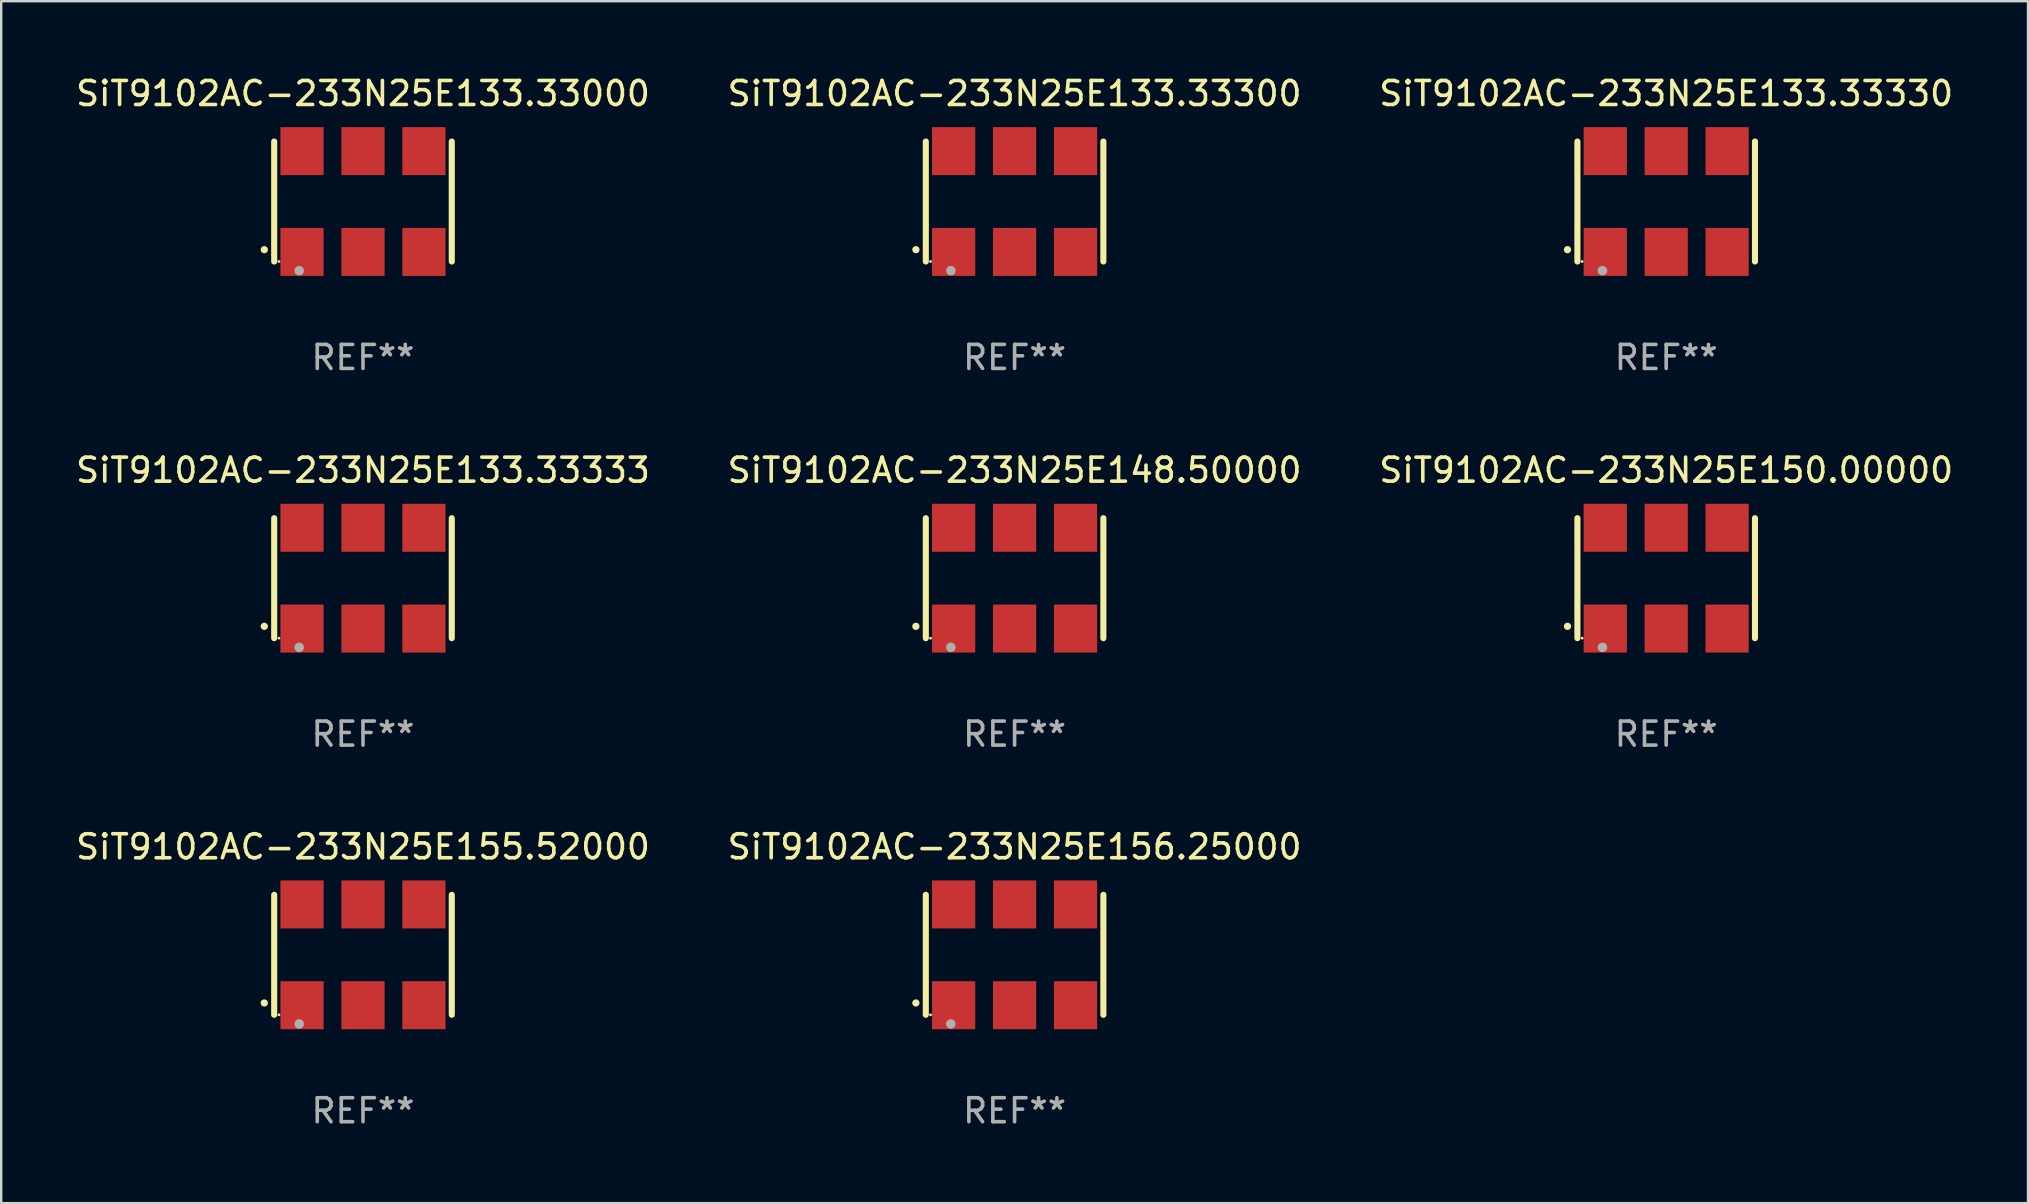
<source format=kicad_pcb>
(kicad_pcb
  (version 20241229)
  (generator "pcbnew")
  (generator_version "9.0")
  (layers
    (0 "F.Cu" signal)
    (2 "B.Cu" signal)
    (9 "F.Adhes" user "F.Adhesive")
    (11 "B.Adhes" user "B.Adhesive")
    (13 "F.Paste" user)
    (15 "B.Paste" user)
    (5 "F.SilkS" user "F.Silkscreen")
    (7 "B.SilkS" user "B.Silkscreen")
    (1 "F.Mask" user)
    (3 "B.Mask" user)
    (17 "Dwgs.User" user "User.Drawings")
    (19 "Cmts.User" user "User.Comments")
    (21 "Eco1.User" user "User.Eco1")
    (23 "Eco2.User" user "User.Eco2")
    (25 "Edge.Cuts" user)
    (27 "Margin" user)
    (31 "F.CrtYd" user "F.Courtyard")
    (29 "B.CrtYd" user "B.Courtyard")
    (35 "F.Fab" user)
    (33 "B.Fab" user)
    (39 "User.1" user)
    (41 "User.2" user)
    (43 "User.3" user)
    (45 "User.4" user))
  (footprint "SiT9102AC-233N25E148.50000"
    (layer "F.Cu")
    (at 39.232 21.045)
    (property "Reference" "SiT9102AC-233N25E148.50000" (at 0 -4.5 0) (layer "F.SilkS") (effects (font (size 1 1) (thickness 0.15))))
    (attr through_hole)
    (fp_line (start -3.7 -2.5) (end -3.7 2.5) (stroke (width 0.254) (type solid)) (layer "F.SilkS"))
    (fp_line (start 3.7 -2.5) (end 3.7 2.5) (stroke (width 0.254) (type solid)) (layer "F.SilkS"))
    (fp_arc (start -4.114415 2.006604) (mid -4.113145 2.006599) (end -4.111875 2.006604) (stroke (width 0.3) (type solid)) (layer "F.SilkS"))
    (fp_circle (center -3.502 2.5) (end -3.472 2.5) (stroke (width 0.06) (type solid)) (fill no) (layer "F.SilkS"))
    (fp_circle (center -2.657 2.882) (end -2.557 2.882) (stroke (width 0.2) (type solid)) (fill no) (layer "F.Fab"))
    (fp_text user "REF**" (at 0 6.5 0) (layer "F.Fab") (effects (font (size 1 1) (thickness 0.15))))
    (pad "1" smd rect (at -2.54 2.1) (size 1.8 2) (layers "F.Cu" "F.Mask" "F.Paste"))
    (pad "2" smd rect (at 0.000394 2.1) (size 1.8 2) (layers "F.Cu" "F.Mask" "F.Paste"))
    (pad "3" smd rect (at 2.54 2.1) (size 1.8 2) (layers "F.Cu" "F.Mask" "F.Paste"))
    (pad "4" smd rect (at 2.54 -2.1) (size 1.8 2) (layers "F.Cu" "F.Mask" "F.Paste"))
    (pad "5" smd rect (at 0.000394 -2.1) (size 1.8 2) (layers "F.Cu" "F.Mask" "F.Paste"))
    (pad "6" smd rect (at -2.54 -2.1) (size 1.8 2) (layers "F.Cu" "F.Mask" "F.Paste")))
  (footprint "SiT9102AC-233N25E133.33333"
    (layer "F.Cu")
    (at 12.077 21.045)
    (property "Reference" "SiT9102AC-233N25E133.33333" (at 0 -4.5 0) (layer "F.SilkS") (effects (font (size 1 1) (thickness 0.15))))
    (attr through_hole)
    (fp_line (start -3.7 -2.5) (end -3.7 2.5) (stroke (width 0.254) (type solid)) (layer "F.SilkS"))
    (fp_line (start 3.7 -2.5) (end 3.7 2.5) (stroke (width 0.254) (type solid)) (layer "F.SilkS"))
    (fp_arc (start -4.114415 2.006604) (mid -4.113145 2.006599) (end -4.111875 2.006604) (stroke (width 0.3) (type solid)) (layer "F.SilkS"))
    (fp_circle (center -3.502 2.5) (end -3.472 2.5) (stroke (width 0.06) (type solid)) (fill no) (layer "F.SilkS"))
    (fp_circle (center -2.657 2.882) (end -2.557 2.882) (stroke (width 0.2) (type solid)) (fill no) (layer "F.Fab"))
    (fp_text user "REF**" (at 0 6.5 0) (layer "F.Fab") (effects (font (size 1 1) (thickness 0.15))))
    (pad "1" smd rect (at -2.54 2.1) (size 1.8 2) (layers "F.Cu" "F.Mask" "F.Paste"))
    (pad "2" smd rect (at 0.000394 2.1) (size 1.8 2) (layers "F.Cu" "F.Mask" "F.Paste"))
    (pad "3" smd rect (at 2.54 2.1) (size 1.8 2) (layers "F.Cu" "F.Mask" "F.Paste"))
    (pad "4" smd rect (at 2.54 -2.1) (size 1.8 2) (layers "F.Cu" "F.Mask" "F.Paste"))
    (pad "5" smd rect (at 0.000394 -2.1) (size 1.8 2) (layers "F.Cu" "F.Mask" "F.Paste"))
    (pad "6" smd rect (at -2.54 -2.1) (size 1.8 2) (layers "F.Cu" "F.Mask" "F.Paste")))
  (footprint "SiT9102AC-233N25E133.33330"
    (layer "F.Cu")
    (at 66.387 5.348)
    (property "Reference" "SiT9102AC-233N25E133.33330" (at 0 -4.5 0) (layer "F.SilkS") (effects (font (size 1 1) (thickness 0.15))))
    (attr through_hole)
    (fp_line (start -3.7 -2.5) (end -3.7 2.5) (stroke (width 0.254) (type solid)) (layer "F.SilkS"))
    (fp_line (start 3.7 -2.5) (end 3.7 2.5) (stroke (width 0.254) (type solid)) (layer "F.SilkS"))
    (fp_arc (start -4.114415 2.006604) (mid -4.113145 2.006599) (end -4.111875 2.006604) (stroke (width 0.3) (type solid)) (layer "F.SilkS"))
    (fp_circle (center -3.502 2.5) (end -3.472 2.5) (stroke (width 0.06) (type solid)) (fill no) (layer "F.SilkS"))
    (fp_circle (center -2.657 2.882) (end -2.557 2.882) (stroke (width 0.2) (type solid)) (fill no) (layer "F.Fab"))
    (fp_text user "REF**" (at 0 6.5 0) (layer "F.Fab") (effects (font (size 1 1) (thickness 0.15))))
    (pad "1" smd rect (at -2.54 2.1) (size 1.8 2) (layers "F.Cu" "F.Mask" "F.Paste"))
    (pad "2" smd rect (at 0.000394 2.1) (size 1.8 2) (layers "F.Cu" "F.Mask" "F.Paste"))
    (pad "3" smd rect (at 2.54 2.1) (size 1.8 2) (layers "F.Cu" "F.Mask" "F.Paste"))
    (pad "4" smd rect (at 2.54 -2.1) (size 1.8 2) (layers "F.Cu" "F.Mask" "F.Paste"))
    (pad "5" smd rect (at 0.000394 -2.1) (size 1.8 2) (layers "F.Cu" "F.Mask" "F.Paste"))
    (pad "6" smd rect (at -2.54 -2.1) (size 1.8 2) (layers "F.Cu" "F.Mask" "F.Paste")))
  (footprint "SiT9102AC-233N25E155.52000"
    (layer "F.Cu")
    (at 12.077 36.741)
    (property "Reference" "SiT9102AC-233N25E155.52000" (at 0 -4.5 0) (layer "F.SilkS") (effects (font (size 1 1) (thickness 0.15))))
    (attr through_hole)
    (fp_line (start -3.7 -2.5) (end -3.7 2.5) (stroke (width 0.254) (type solid)) (layer "F.SilkS"))
    (fp_line (start 3.7 -2.5) (end 3.7 2.5) (stroke (width 0.254) (type solid)) (layer "F.SilkS"))
    (fp_arc (start -4.114415 2.006604) (mid -4.113145 2.006599) (end -4.111875 2.006604) (stroke (width 0.3) (type solid)) (layer "F.SilkS"))
    (fp_circle (center -3.502 2.5) (end -3.472 2.5) (stroke (width 0.06) (type solid)) (fill no) (layer "F.SilkS"))
    (fp_circle (center -2.657 2.882) (end -2.557 2.882) (stroke (width 0.2) (type solid)) (fill no) (layer "F.Fab"))
    (fp_text user "REF**" (at 0 6.5 0) (layer "F.Fab") (effects (font (size 1 1) (thickness 0.15))))
    (pad "1" smd rect (at -2.54 2.1) (size 1.8 2) (layers "F.Cu" "F.Mask" "F.Paste"))
    (pad "2" smd rect (at 0.000394 2.1) (size 1.8 2) (layers "F.Cu" "F.Mask" "F.Paste"))
    (pad "3" smd rect (at 2.54 2.1) (size 1.8 2) (layers "F.Cu" "F.Mask" "F.Paste"))
    (pad "4" smd rect (at 2.54 -2.1) (size 1.8 2) (layers "F.Cu" "F.Mask" "F.Paste"))
    (pad "5" smd rect (at 0.000394 -2.1) (size 1.8 2) (layers "F.Cu" "F.Mask" "F.Paste"))
    (pad "6" smd rect (at -2.54 -2.1) (size 1.8 2) (layers "F.Cu" "F.Mask" "F.Paste")))
  (footprint "SiT9102AC-233N25E133.33000"
    (layer "F.Cu")
    (at 12.077 5.348)
    (property "Reference" "SiT9102AC-233N25E133.33000" (at 0 -4.5 0) (layer "F.SilkS") (effects (font (size 1 1) (thickness 0.15))))
    (attr through_hole)
    (fp_line (start -3.7 -2.5) (end -3.7 2.5) (stroke (width 0.254) (type solid)) (layer "F.SilkS"))
    (fp_line (start 3.7 -2.5) (end 3.7 2.5) (stroke (width 0.254) (type solid)) (layer "F.SilkS"))
    (fp_arc (start -4.114415 2.006604) (mid -4.113145 2.006599) (end -4.111875 2.006604) (stroke (width 0.3) (type solid)) (layer "F.SilkS"))
    (fp_circle (center -3.502 2.5) (end -3.472 2.5) (stroke (width 0.06) (type solid)) (fill no) (layer "F.SilkS"))
    (fp_circle (center -2.657 2.882) (end -2.557 2.882) (stroke (width 0.2) (type solid)) (fill no) (layer "F.Fab"))
    (fp_text user "REF**" (at 0 6.5 0) (layer "F.Fab") (effects (font (size 1 1) (thickness 0.15))))
    (pad "1" smd rect (at -2.54 2.1) (size 1.8 2) (layers "F.Cu" "F.Mask" "F.Paste"))
    (pad "2" smd rect (at 0.000394 2.1) (size 1.8 2) (layers "F.Cu" "F.Mask" "F.Paste"))
    (pad "3" smd rect (at 2.54 2.1) (size 1.8 2) (layers "F.Cu" "F.Mask" "F.Paste"))
    (pad "4" smd rect (at 2.54 -2.1) (size 1.8 2) (layers "F.Cu" "F.Mask" "F.Paste"))
    (pad "5" smd rect (at 0.000394 -2.1) (size 1.8 2) (layers "F.Cu" "F.Mask" "F.Paste"))
    (pad "6" smd rect (at -2.54 -2.1) (size 1.8 2) (layers "F.Cu" "F.Mask" "F.Paste")))
  (footprint "SiT9102AC-233N25E150.00000"
    (layer "F.Cu")
    (at 66.387 21.045)
    (property "Reference" "SiT9102AC-233N25E150.00000" (at 0 -4.5 0) (layer "F.SilkS") (effects (font (size 1 1) (thickness 0.15))))
    (attr through_hole)
    (fp_line (start -3.7 -2.5) (end -3.7 2.5) (stroke (width 0.254) (type solid)) (layer "F.SilkS"))
    (fp_line (start 3.7 -2.5) (end 3.7 2.5) (stroke (width 0.254) (type solid)) (layer "F.SilkS"))
    (fp_arc (start -4.114415 2.006604) (mid -4.113145 2.006599) (end -4.111875 2.006604) (stroke (width 0.3) (type solid)) (layer "F.SilkS"))
    (fp_circle (center -3.502 2.5) (end -3.472 2.5) (stroke (width 0.06) (type solid)) (fill no) (layer "F.SilkS"))
    (fp_circle (center -2.657 2.882) (end -2.557 2.882) (stroke (width 0.2) (type solid)) (fill no) (layer "F.Fab"))
    (fp_text user "REF**" (at 0 6.5 0) (layer "F.Fab") (effects (font (size 1 1) (thickness 0.15))))
    (pad "1" smd rect (at -2.54 2.1) (size 1.8 2) (layers "F.Cu" "F.Mask" "F.Paste"))
    (pad "2" smd rect (at 0.000394 2.1) (size 1.8 2) (layers "F.Cu" "F.Mask" "F.Paste"))
    (pad "3" smd rect (at 2.54 2.1) (size 1.8 2) (layers "F.Cu" "F.Mask" "F.Paste"))
    (pad "4" smd rect (at 2.54 -2.1) (size 1.8 2) (layers "F.Cu" "F.Mask" "F.Paste"))
    (pad "5" smd rect (at 0.000394 -2.1) (size 1.8 2) (layers "F.Cu" "F.Mask" "F.Paste"))
    (pad "6" smd rect (at -2.54 -2.1) (size 1.8 2) (layers "F.Cu" "F.Mask" "F.Paste")))
  (footprint "SiT9102AC-233N25E156.25000"
    (layer "F.Cu")
    (at 39.232 36.741)
    (property "Reference" "SiT9102AC-233N25E156.25000" (at 0 -4.5 0) (layer "F.SilkS") (effects (font (size 1 1) (thickness 0.15))))
    (attr through_hole)
    (fp_line (start -3.7 -2.5) (end -3.7 2.5) (stroke (width 0.254) (type solid)) (layer "F.SilkS"))
    (fp_line (start 3.7 -2.5) (end 3.7 2.5) (stroke (width 0.254) (type solid)) (layer "F.SilkS"))
    (fp_arc (start -4.114415 2.006604) (mid -4.113145 2.006599) (end -4.111875 2.006604) (stroke (width 0.3) (type solid)) (layer "F.SilkS"))
    (fp_circle (center -3.502 2.5) (end -3.472 2.5) (stroke (width 0.06) (type solid)) (fill no) (layer "F.SilkS"))
    (fp_circle (center -2.657 2.882) (end -2.557 2.882) (stroke (width 0.2) (type solid)) (fill no) (layer "F.Fab"))
    (fp_text user "REF**" (at 0 6.5 0) (layer "F.Fab") (effects (font (size 1 1) (thickness 0.15))))
    (pad "1" smd rect (at -2.54 2.1) (size 1.8 2) (layers "F.Cu" "F.Mask" "F.Paste"))
    (pad "2" smd rect (at 0.000394 2.1) (size 1.8 2) (layers "F.Cu" "F.Mask" "F.Paste"))
    (pad "3" smd rect (at 2.54 2.1) (size 1.8 2) (layers "F.Cu" "F.Mask" "F.Paste"))
    (pad "4" smd rect (at 2.54 -2.1) (size 1.8 2) (layers "F.Cu" "F.Mask" "F.Paste"))
    (pad "5" smd rect (at 0.000394 -2.1) (size 1.8 2) (layers "F.Cu" "F.Mask" "F.Paste"))
    (pad "6" smd rect (at -2.54 -2.1) (size 1.8 2) (layers "F.Cu" "F.Mask" "F.Paste")))
  (footprint "SiT9102AC-233N25E133.33300"
    (layer "F.Cu")
    (at 39.232 5.348)
    (property "Reference" "SiT9102AC-233N25E133.33300" (at 0 -4.5 0) (layer "F.SilkS") (effects (font (size 1 1) (thickness 0.15))))
    (attr through_hole)
    (fp_line (start -3.7 -2.5) (end -3.7 2.5) (stroke (width 0.254) (type solid)) (layer "F.SilkS"))
    (fp_line (start 3.7 -2.5) (end 3.7 2.5) (stroke (width 0.254) (type solid)) (layer "F.SilkS"))
    (fp_arc (start -4.114415 2.006604) (mid -4.113145 2.006599) (end -4.111875 2.006604) (stroke (width 0.3) (type solid)) (layer "F.SilkS"))
    (fp_circle (center -3.502 2.5) (end -3.472 2.5) (stroke (width 0.06) (type solid)) (fill no) (layer "F.SilkS"))
    (fp_circle (center -2.657 2.882) (end -2.557 2.882) (stroke (width 0.2) (type solid)) (fill no) (layer "F.Fab"))
    (fp_text user "REF**" (at 0 6.5 0) (layer "F.Fab") (effects (font (size 1 1) (thickness 0.15))))
    (pad "1" smd rect (at -2.54 2.1) (size 1.8 2) (layers "F.Cu" "F.Mask" "F.Paste"))
    (pad "2" smd rect (at 0.000394 2.1) (size 1.8 2) (layers "F.Cu" "F.Mask" "F.Paste"))
    (pad "3" smd rect (at 2.54 2.1) (size 1.8 2) (layers "F.Cu" "F.Mask" "F.Paste"))
    (pad "4" smd rect (at 2.54 -2.1) (size 1.8 2) (layers "F.Cu" "F.Mask" "F.Paste"))
    (pad "5" smd rect (at 0.000394 -2.1) (size 1.8 2) (layers "F.Cu" "F.Mask" "F.Paste"))
    (pad "6" smd rect (at -2.54 -2.1) (size 1.8 2) (layers "F.Cu" "F.Mask" "F.Paste")))
  (gr_rect
    (start -3 -3)
    (end 81.464 47.09)
    (stroke (width 0.1) (type default))
    (fill no)
    (layer "Edge.Cuts")))
</source>
